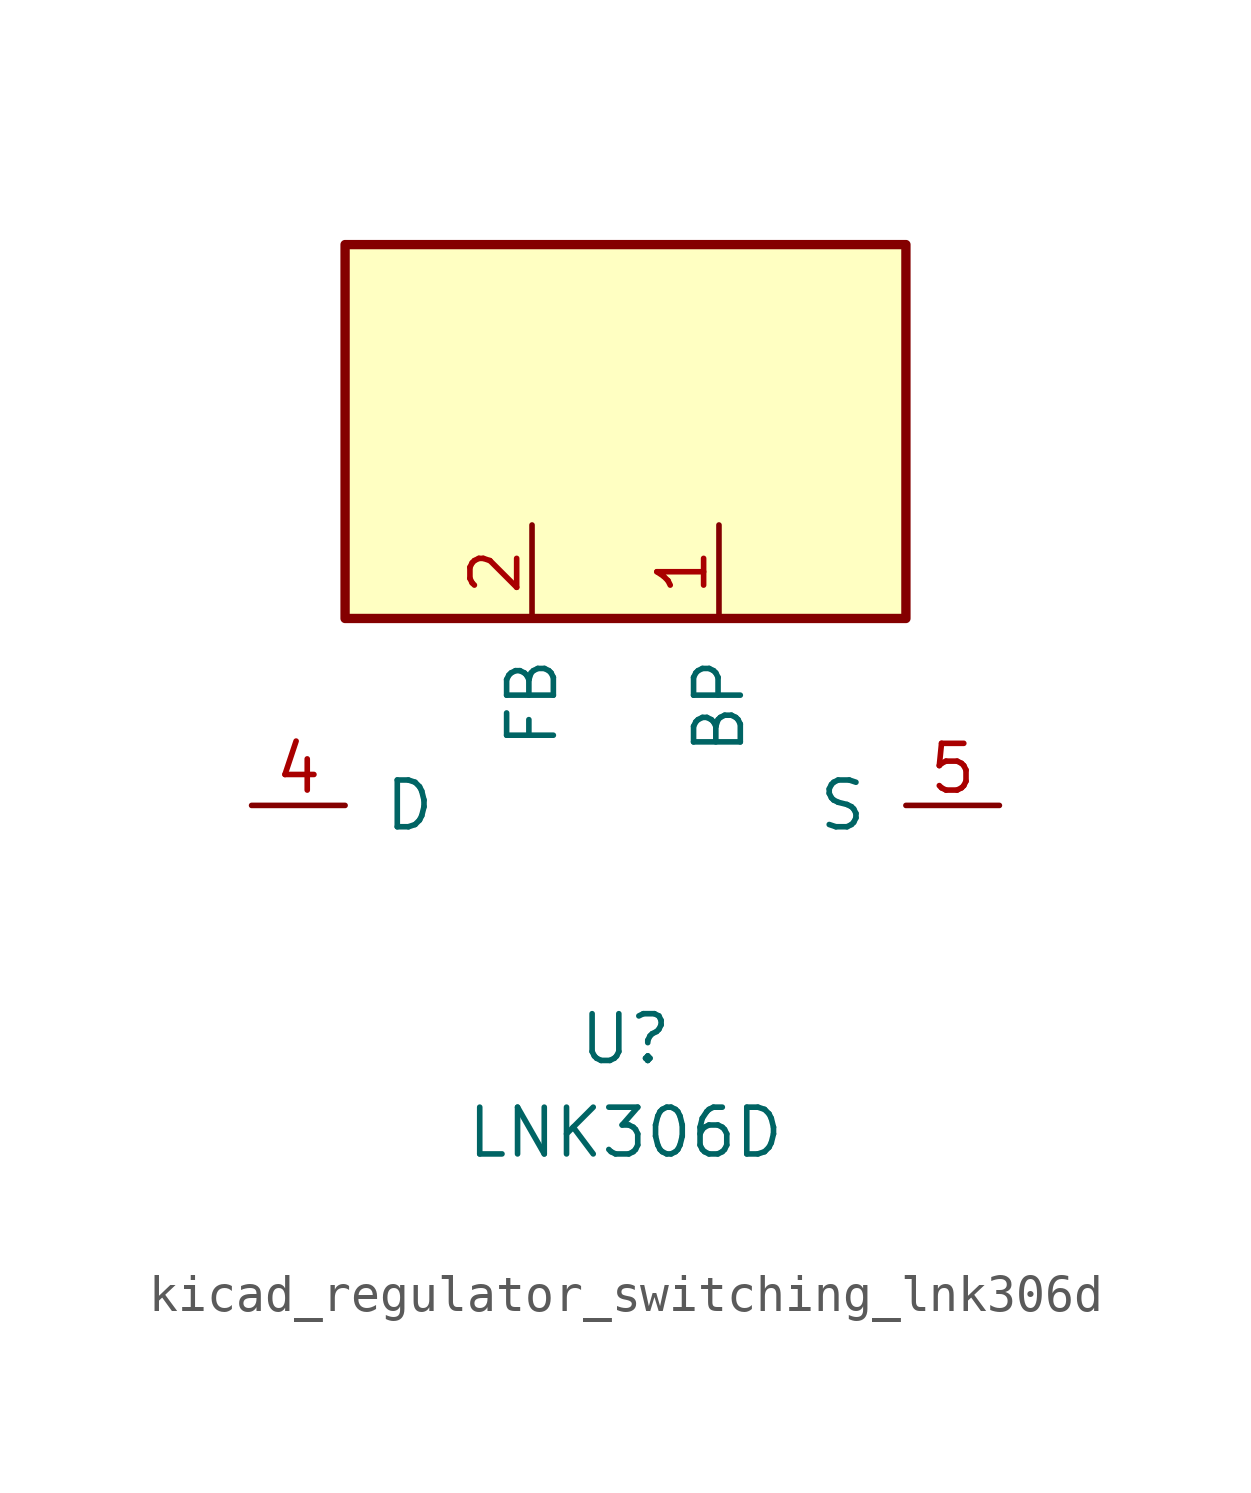
<source format=kicad_sym>
(kicad_symbol_lib
  (version 20220914)
  (generator kicad_symbol_editor)
  (symbol "kicad_regulator_switching_lnk306d"
    (pin_names
      (offset 1.016))
    (property "Reference" "U"
      (at 0 -6.35 0)
      (effects (font (size 1.27 1.27))))
    (property "Value" "LNK306D"
      (at 0 -8.89 0)
      (effects (font (size 1.27 1.27))))
    (symbol "kicad_regulator_switching_lnk306d_0_1"
      (rectangle (start 7.62 15.24) (end -7.62 5.08) (stroke (width 0.254) (type default)) (fill (type background))))
    (symbol "kicad_regulator_switching_lnk306d_1_1"
      (pin input line (at 2.54 7.62 270) (length 2.54) (name "BP" (effects (font (size 1.27 1.27)))) (number "1" (effects (font (size 1.27 1.27)))))
      (pin input line (at -2.54 7.62 270) (length 2.54) (name "FB" (effects (font (size 1.27 1.27)))) (number "2" (effects (font (size 1.27 1.27)))))
      (pin open_collector line (at -10.16 0 0) (length 2.54) (name "D" (effects (font (size 1.27 1.27)))) (number "4" (effects (font (size 1.27 1.27)))))
      (pin power_in line (at 10.16 0 180) (length 2.54) (name "S" (effects (font (size 1.27 1.27)))) (number "5" (effects (font (size 1.27 1.27)))))
      (pin passive line (at 10.16 0 180) (length 2.54) hide (name "S" (effects (font (size 1.27 1.27)))) (number "6" (effects (font (size 1.27 1.27)))))
      (pin passive line (at 10.16 0 180) (length 2.54) hide (name "S" (effects (font (size 1.27 1.27)))) (number "7" (effects (font (size 1.27 1.27)))))
      (pin passive line (at 10.16 0 180) (length 2.54) hide (name "S" (effects (font (size 1.27 1.27)))) (number "8" (effects (font (size 1.27 1.27))))))))
</source>
